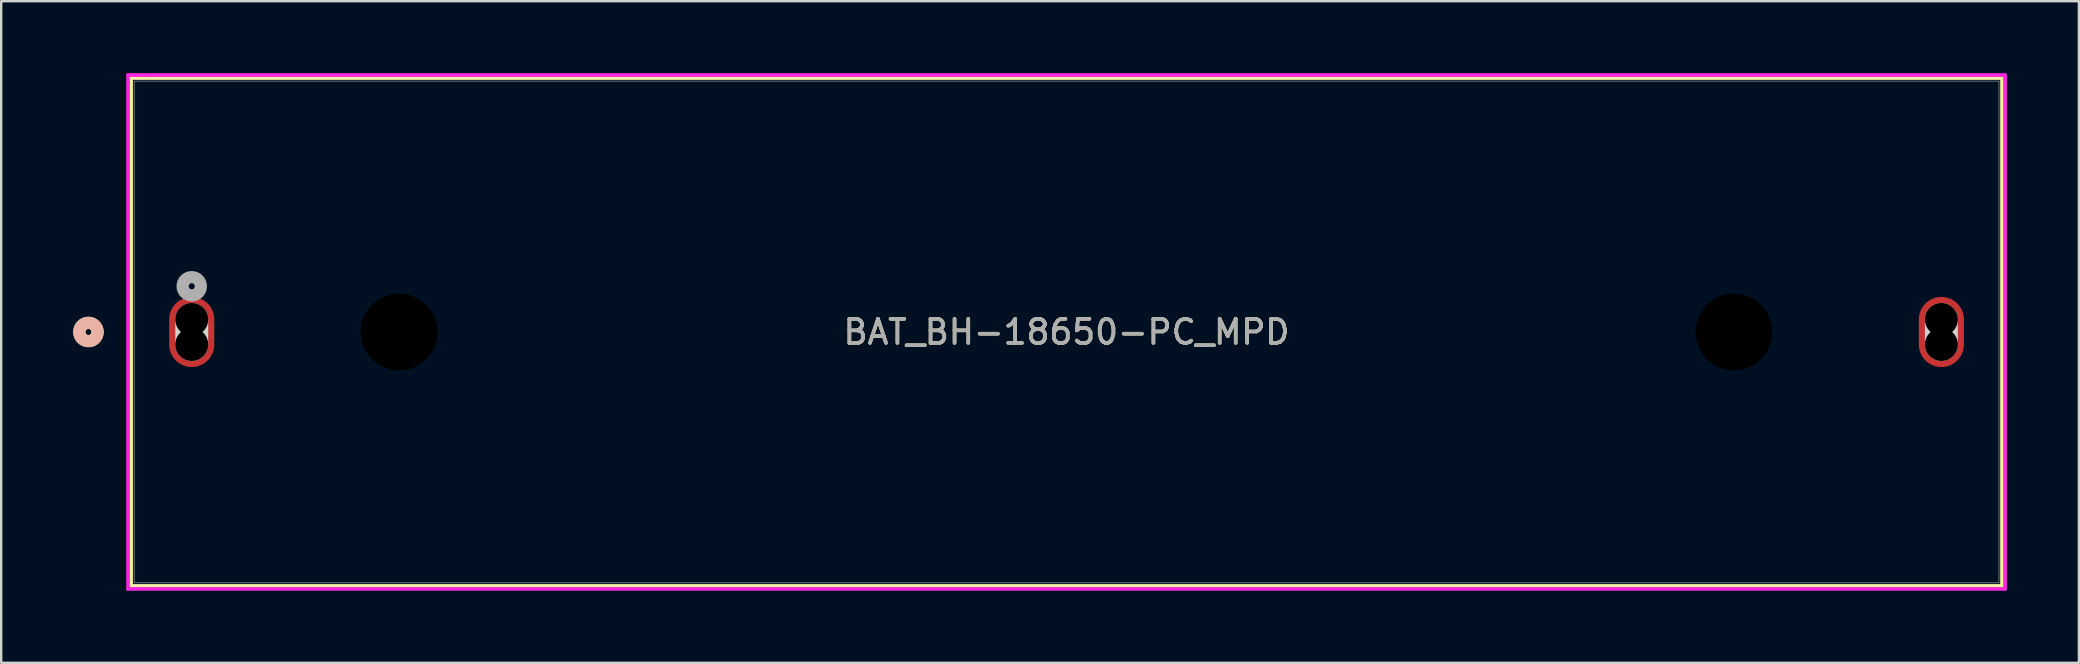
<source format=kicad_pcb>
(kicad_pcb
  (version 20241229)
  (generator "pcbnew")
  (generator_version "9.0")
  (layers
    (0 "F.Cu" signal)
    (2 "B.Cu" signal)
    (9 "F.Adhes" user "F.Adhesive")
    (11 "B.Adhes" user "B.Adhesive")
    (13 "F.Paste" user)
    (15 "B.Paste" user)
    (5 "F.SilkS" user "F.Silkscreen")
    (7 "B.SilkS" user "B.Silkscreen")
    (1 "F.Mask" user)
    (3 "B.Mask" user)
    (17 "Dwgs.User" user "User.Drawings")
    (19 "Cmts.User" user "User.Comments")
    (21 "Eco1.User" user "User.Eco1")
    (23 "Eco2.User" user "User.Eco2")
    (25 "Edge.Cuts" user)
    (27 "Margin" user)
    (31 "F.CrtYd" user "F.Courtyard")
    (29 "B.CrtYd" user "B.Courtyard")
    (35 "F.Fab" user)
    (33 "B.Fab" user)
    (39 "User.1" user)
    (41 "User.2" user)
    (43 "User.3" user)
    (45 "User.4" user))
  (footprint "BAT_BH-18650-PC_MPD"
    (layer "F.Cu")
    (at 4.939 10.782)
    (property "Reference" "BAT_BH-18650-PC_MPD" (at 36.45 0 0) (unlocked yes) (layer "F.SilkS") (effects (font (size 1 1) (thickness 0.15))))
    (attr smd)
    (fp_line (start -2.526 -10.579) (end -2.526 10.579) (stroke (width 0.152) (type solid)) (layer "F.SilkS"))
    (fp_line (start -2.526 10.579) (end 75.426 10.579) (stroke (width 0.152) (type solid)) (layer "F.SilkS"))
    (fp_line (start 75.426 -10.579) (end -2.526 -10.579) (stroke (width 0.152) (type solid)) (layer "F.SilkS"))
    (fp_line (start 75.426 10.579) (end 75.426 -10.579) (stroke (width 0.152) (type solid)) (layer "F.SilkS"))
    (fp_circle (center -4.304 0) (end -3.923 0) (stroke (width 0.508) (type solid)) (fill no) (layer "F.SilkS"))
    (fp_circle (center -4.304 0) (end -3.923 0) (stroke (width 0.508) (type solid)) (fill no) (layer "B.SilkS"))
    (fp_line (start 0 0.521) (end 0 -0.521) (stroke (width 1.372) (type solid)) (layer "Edge.Cuts"))
    (fp_line (start 72.9 0.521) (end 72.9 -0.521) (stroke (width 1.372) (type solid)) (layer "Edge.Cuts"))
    (fp_line (start -2.653 -10.706) (end -2.653 10.706) (stroke (width 0.152) (type solid)) (layer "F.CrtYd"))
    (fp_line (start -2.653 10.706) (end 75.553 10.706) (stroke (width 0.152) (type solid)) (layer "F.CrtYd"))
    (fp_line (start 75.553 -10.706) (end -2.653 -10.706) (stroke (width 0.152) (type solid)) (layer "F.CrtYd"))
    (fp_line (start 75.553 10.706) (end 75.553 -10.706) (stroke (width 0.152) (type solid)) (layer "F.CrtYd"))
    (fp_line (start -2.399 -10.452) (end -2.399 10.452) (stroke (width 0.025) (type solid)) (layer "F.Fab"))
    (fp_line (start -2.399 10.452) (end 75.299 10.452) (stroke (width 0.025) (type solid)) (layer "F.Fab"))
    (fp_line (start 75.299 -10.452) (end -2.399 -10.452) (stroke (width 0.025) (type solid)) (layer "F.Fab"))
    (fp_line (start 75.299 10.452) (end 75.299 -10.452) (stroke (width 0.025) (type solid)) (layer "F.Fab"))
    (fp_circle (center 0 -1.905) (end 0.381 -1.905) (stroke (width 0.508) (type solid)) (fill no) (layer "F.Fab"))
    (fp_text user "${REFERENCE}" (at 36.45 0 0) (unlocked yes) (layer "F.Fab") (effects (font (size 1 1) (thickness 0.15))))
    (pad "" np_thru_hole circle (at 0 -0.521) (size 1.372 1.372) (drill 1.372) (layers))
    (pad "" np_thru_hole circle (at 0 0.521) (size 1.372 1.372) (drill 1.372) (layers))
    (pad "" np_thru_hole circle (at 8.645 0) (size 3.2 3.2) (drill 3.2) (layers))
    (pad "" np_thru_hole circle (at 64.255 0) (size 3.2 3.2) (drill 3.2) (layers))
    (pad "" np_thru_hole circle (at 72.9 -0.521) (size 1.372 1.372) (drill 1.372) (layers))
    (pad "" np_thru_hole circle (at 72.9 0.521) (size 1.372 1.372) (drill 1.372) (layers))
    (pad "1" smd oval (at 0 0) (size 1.88 2.921) (layers "F.Cu" "F.Mask" "F.Paste"))
    (pad "2" smd oval (at 72.9 0) (size 1.88 2.921) (layers "F.Cu" "F.Mask" "F.Paste")))
  (gr_rect
    (start -3 -3)
    (end 83.569 24.565)
    (stroke (width 0.1) (type default))
    (fill no)
    (layer "Edge.Cuts")))
</source>
